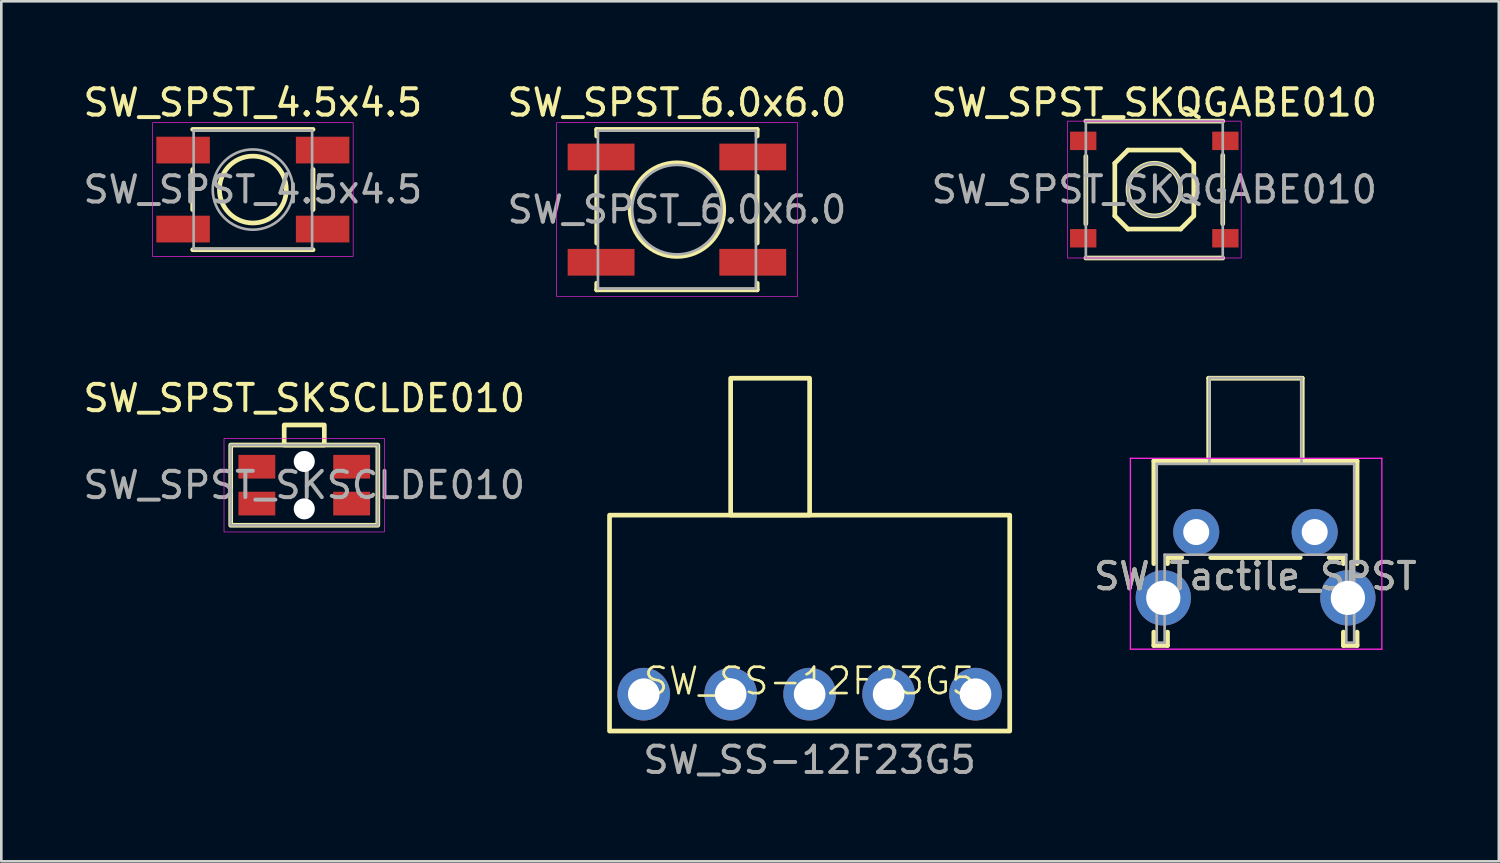
<source format=kicad_pcb>
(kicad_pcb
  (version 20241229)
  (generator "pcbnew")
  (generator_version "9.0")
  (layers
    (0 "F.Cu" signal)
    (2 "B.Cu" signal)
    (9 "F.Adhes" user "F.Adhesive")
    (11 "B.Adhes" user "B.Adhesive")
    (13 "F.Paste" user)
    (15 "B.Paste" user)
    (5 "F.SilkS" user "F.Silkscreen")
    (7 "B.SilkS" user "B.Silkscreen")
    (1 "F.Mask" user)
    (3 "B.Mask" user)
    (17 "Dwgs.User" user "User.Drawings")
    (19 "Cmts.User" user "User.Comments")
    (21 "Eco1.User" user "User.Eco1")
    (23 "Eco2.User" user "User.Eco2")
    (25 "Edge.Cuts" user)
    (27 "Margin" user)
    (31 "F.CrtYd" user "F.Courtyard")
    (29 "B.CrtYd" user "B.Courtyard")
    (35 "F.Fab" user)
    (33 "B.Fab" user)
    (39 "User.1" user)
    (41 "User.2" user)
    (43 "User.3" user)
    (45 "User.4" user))
  (footprint "SW_SPST_SKSCLDE010"
    (layer "F.Cu")
    (at 8.506 15.377)
    (property "Reference" "SW_SPST_SKSCLDE010" (at 0 -3.302 0) (unlocked yes) (layer "F.SilkS") (effects (font (size 1 1) (thickness 0.15))))
    (attr smd)
    (fp_rect (start -2.794 -1.524) (end 2.794 1.524) (stroke (width 0.178) (type solid)) (fill no) (layer "F.SilkS"))
    (fp_rect (start -0.762 -2.286) (end 0.762 -1.524) (stroke (width 0.178) (type solid)) (fill no) (layer "F.SilkS"))
    (fp_rect (start -3.048 1.778) (end 3.048 -1.778) (stroke (width 0.025) (type solid)) (fill no) (layer "F.CrtYd"))
    (fp_rect (start -2.794 -1.524) (end 2.794 1.524) (stroke (width 0.1) (type solid)) (fill no) (layer "F.Fab"))
    (fp_text user "${REFERENCE}" (at 0 0 0) (unlocked yes) (layer "F.Fab") (effects (font (size 1 1) (thickness 0.15))))
    (pad "" np_thru_hole circle (at 0 -0.9) (size 0.8 0.8) (drill 0.8) (layers "*.Cu" "*.Mask"))
    (pad "" np_thru_hole circle (at 0 0.9) (size 0.8 0.8) (drill 0.8) (layers "*.Cu" "*.Mask"))
    (pad "1" smd rect (at -1.8 -0.7) (size 1.4 0.9) (layers "F.Cu" "F.Mask" "F.Paste"))
    (pad "2" smd rect (at -1.8 0.7) (size 1.4 0.9) (layers "F.Cu" "F.Mask" "F.Paste"))
    (pad "3" smd rect (at 1.8 -0.7) (size 1.4 0.9) (layers "F.Cu" "F.Mask" "F.Paste"))
    (pad "4" smd rect (at 1.8 0.7) (size 1.4 0.9) (layers "F.Cu" "F.Mask" "F.Paste")))
  (footprint "SW_SPST_6.0x6.0"
    (layer "F.Cu")
    (at 22.661 4.912)
    (property "Reference" "SW_SPST_6.0x6.0" (at 0 -4.064 0) (layer "F.SilkS") (effects (font (size 1 1) (thickness 0.15))))
    (attr smd)
    (fp_line (start -3.048 -3.048) (end -3.048 -2.794) (stroke (width 0.178) (type solid)) (layer "F.SilkS"))
    (fp_line (start -3.048 -1.27) (end -3.048 1.27) (stroke (width 0.178) (type solid)) (layer "F.SilkS"))
    (fp_line (start -3.048 2.794) (end -3.048 3.048) (stroke (width 0.178) (type solid)) (layer "F.SilkS"))
    (fp_line (start -3.048 3.048) (end 3.048 3.048) (stroke (width 0.178) (type solid)) (layer "F.SilkS"))
    (fp_line (start 3.048 -3.048) (end -3.048 -3.048) (stroke (width 0.178) (type solid)) (layer "F.SilkS"))
    (fp_line (start 3.048 -2.794) (end 3.048 -3.048) (stroke (width 0.178) (type solid)) (layer "F.SilkS"))
    (fp_line (start 3.048 -1.27) (end 3.048 1.27) (stroke (width 0.178) (type solid)) (layer "F.SilkS"))
    (fp_line (start 3.048 3.048) (end 3.048 2.794) (stroke (width 0.178) (type solid)) (layer "F.SilkS"))
    (fp_circle (center 0 0) (end 1.778 0) (stroke (width 0.178) (type solid)) (fill no) (layer "F.SilkS"))
    (fp_rect (start -4.572 -3.302) (end 4.572 3.302) (stroke (width 0.025) (type solid)) (fill no) (layer "F.CrtYd"))
    (fp_line (start -3 -3) (end 3 -3) (stroke (width 0.1) (type solid)) (layer "F.Fab"))
    (fp_line (start -3 3) (end -3 -3) (stroke (width 0.1) (type solid)) (layer "F.Fab"))
    (fp_line (start 3 -3) (end 3 3) (stroke (width 0.1) (type solid)) (layer "F.Fab"))
    (fp_line (start 3 3) (end -3 3) (stroke (width 0.1) (type solid)) (layer "F.Fab"))
    (fp_circle (center 0 0) (end 1.7 0) (stroke (width 0.1) (type solid)) (fill no) (layer "F.Fab"))
    (fp_text user "${REFERENCE}" (at 0 0 0) (layer "F.Fab") (effects (font (size 1 1) (thickness 0.15))))
    (pad "1" smd rect (at -2.88 -2) (size 2.54 1.016) (layers "F.Cu" "F.Mask" "F.Paste"))
    (pad "2" smd rect (at 2.88 -2) (size 2.54 1.016) (layers "F.Cu" "F.Mask" "F.Paste"))
    (pad "3" smd rect (at -2.88 2) (size 2.54 1.016) (layers "F.Cu" "F.Mask" "F.Paste"))
    (pad "4" smd rect (at 2.88 2) (size 2.54 1.016) (layers "F.Cu" "F.Mask" "F.Paste")))
  (footprint "SW_SPST_SKQGABE010"
    (layer "F.Cu")
    (at 40.792 4.15)
    (property "Reference" "SW_SPST_SKQGABE010" (at 0 -3.302 0) (layer "F.SilkS") (effects (font (size 1 1) (thickness 0.15))))
    (attr smd)
    (fp_line (start -2.6 -1.262) (end -2.6 1.3) (stroke (width 0.178) (type solid)) (layer "F.SilkS"))
    (fp_line (start -2.6 2.6) (end 2.6 2.6) (stroke (width 0.178) (type solid)) (layer "F.SilkS"))
    (fp_line (start -1.5 -1) (end -1.5 1) (stroke (width 0.178) (type solid)) (layer "F.SilkS"))
    (fp_line (start -1.5 1) (end -1 1.5) (stroke (width 0.178) (type solid)) (layer "F.SilkS"))
    (fp_line (start -1 -1.5) (end -1.5 -1) (stroke (width 0.178) (type solid)) (layer "F.SilkS"))
    (fp_line (start -1 1.5) (end 1 1.5) (stroke (width 0.178) (type solid)) (layer "F.SilkS"))
    (fp_line (start 1 -1.5) (end -1 -1.5) (stroke (width 0.178) (type solid)) (layer "F.SilkS"))
    (fp_line (start 1 1.5) (end 1.5 1) (stroke (width 0.178) (type solid)) (layer "F.SilkS"))
    (fp_line (start 1.5 -1) (end 1 -1.5) (stroke (width 0.178) (type solid)) (layer "F.SilkS"))
    (fp_line (start 1.5 1) (end 1.5 -1) (stroke (width 0.178) (type solid)) (layer "F.SilkS"))
    (fp_line (start 2.6 -2.6) (end -2.6 -2.6) (stroke (width 0.178) (type solid)) (layer "F.SilkS"))
    (fp_line (start 2.6 -1.3) (end 2.6 1.3) (stroke (width 0.178) (type solid)) (layer "F.SilkS"))
    (fp_circle (center 0 0) (end 1 0) (stroke (width 0.178) (type solid)) (fill no) (layer "F.SilkS"))
    (fp_rect (start -3.3 -2.6) (end 3.3 2.6) (stroke (width 0.025) (type solid)) (fill no) (layer "F.CrtYd"))
    (fp_rect (start -2.6 2.6) (end 2.6 -2.6) (stroke (width 0.1) (type default)) (fill no) (layer "F.Fab"))
    (fp_circle (center 0 0) (end 1 0) (stroke (width 0.1) (type solid)) (fill no) (layer "F.Fab"))
    (fp_text user "${REFERENCE}" (at 0 0 0) (layer "F.Fab") (effects (font (size 1 1) (thickness 0.15))))
    (pad "1" smd rect (at -2.7 -1.85) (size 1 0.7) (layers "F.Cu" "F.Mask" "F.Paste"))
    (pad "2" smd rect (at 2.7 -1.85) (size 1 0.7) (layers "F.Cu" "F.Mask" "F.Paste"))
    (pad "3" smd rect (at -2.7 1.85) (size 1 0.7) (layers "F.Cu" "F.Mask" "F.Paste"))
    (pad "4" smd rect (at 2.7 1.85) (size 1 0.7) (layers "F.Cu" "F.Mask" "F.Paste")))
  (footprint "SW_Tactile_SPST"
    (layer "F.Cu")
    (at 44.634 17.158)
    (property "Reference" "SW_Tactile_SPST" (at 0 1.68 0) (layer "F.SilkS") (effects (font (size 1 1) (thickness 0.15))))
    (attr through_hole)
    (fp_line (start -3.86 -2.7) (end -3.86 1.2) (stroke (width 0.178) (type solid)) (layer "F.SilkS"))
    (fp_line (start -3.86 -2.7) (end 3.86 -2.7) (stroke (width 0.178) (type solid)) (layer "F.SilkS"))
    (fp_line (start -3.86 3.8) (end -3.86 4.31) (stroke (width 0.178) (type solid)) (layer "F.SilkS"))
    (fp_line (start -3.86 4.31) (end -3.34 4.31) (stroke (width 0.178) (type solid)) (layer "F.SilkS"))
    (fp_line (start -3.34 0.97) (end -3.34 1.2) (stroke (width 0.178) (type solid)) (layer "F.SilkS"))
    (fp_line (start -3.34 0.97) (end -2.8 0.97) (stroke (width 0.178) (type solid)) (layer "F.SilkS"))
    (fp_line (start -3.34 3.8) (end -3.34 4.31) (stroke (width 0.178) (type solid)) (layer "F.SilkS"))
    (fp_line (start -1.778 -5.842) (end 1.778 -5.842) (stroke (width 0.178) (type solid)) (layer "F.SilkS"))
    (fp_line (start -1.778 -2.794) (end -1.778 -5.842) (stroke (width 0.178) (type solid)) (layer "F.SilkS"))
    (fp_line (start -1.7 0.97) (end 1.7 0.97) (stroke (width 0.178) (type solid)) (layer "F.SilkS"))
    (fp_line (start 1.778 -5.842) (end 1.778 -2.794) (stroke (width 0.178) (type solid)) (layer "F.SilkS"))
    (fp_line (start 2.8 0.97) (end 3.34 0.97) (stroke (width 0.178) (type solid)) (layer "F.SilkS"))
    (fp_line (start 3.34 0.97) (end 3.34 1.2) (stroke (width 0.178) (type solid)) (layer "F.SilkS"))
    (fp_line (start 3.34 3.8) (end 3.34 4.31) (stroke (width 0.178) (type solid)) (layer "F.SilkS"))
    (fp_line (start 3.34 4.31) (end 3.86 4.31) (stroke (width 0.178) (type solid)) (layer "F.SilkS"))
    (fp_line (start 3.86 -2.7) (end 3.86 1.2) (stroke (width 0.178) (type solid)) (layer "F.SilkS"))
    (fp_line (start 3.86 3.8) (end 3.86 4.31) (stroke (width 0.178) (type solid)) (layer "F.SilkS"))
    (fp_line (start -4.75 -2.8) (end 4.8 -2.8) (stroke (width 0.05) (type solid)) (layer "F.CrtYd"))
    (fp_line (start -4.75 4.45) (end -4.75 -2.8) (stroke (width 0.05) (type solid)) (layer "F.CrtYd"))
    (fp_line (start 4.8 -2.8) (end 4.8 4.45) (stroke (width 0.05) (type solid)) (layer "F.CrtYd"))
    (fp_line (start 4.8 4.45) (end -4.75 4.45) (stroke (width 0.05) (type solid)) (layer "F.CrtYd"))
    (fp_line (start -3.75 -2.59) (end 3.75 -2.59) (stroke (width 0.1) (type solid)) (layer "F.Fab"))
    (fp_line (start -3.75 4.2) (end -3.75 -2.59) (stroke (width 0.1) (type solid)) (layer "F.Fab"))
    (fp_line (start -3.75 4.2) (end -3.45 4.2) (stroke (width 0.1) (type solid)) (layer "F.Fab"))
    (fp_line (start -3.45 0.86) (end 3.45 0.86) (stroke (width 0.1) (type solid)) (layer "F.Fab"))
    (fp_line (start -3.45 4.2) (end -3.45 0.86) (stroke (width 0.1) (type solid)) (layer "F.Fab"))
    (fp_line (start -1.75 -5.85) (end -1.75 -2.59) (stroke (width 0.1) (type solid)) (layer "F.Fab"))
    (fp_line (start -1.75 -5.85) (end 1.75 -5.85) (stroke (width 0.1) (type solid)) (layer "F.Fab"))
    (fp_line (start 1.75 -5.85) (end 1.75 -2.59) (stroke (width 0.1) (type solid)) (layer "F.Fab"))
    (fp_line (start 3.45 4.2) (end 3.45 0.86) (stroke (width 0.1) (type solid)) (layer "F.Fab"))
    (fp_line (start 3.45 4.2) (end 3.75 4.2) (stroke (width 0.1) (type solid)) (layer "F.Fab"))
    (fp_line (start 3.75 4.2) (end 3.75 -2.59) (stroke (width 0.1) (type solid)) (layer "F.Fab"))
    (fp_text user "${REFERENCE}" (at 0 1.68 0) (layer "F.Fab") (effects (font (size 1 1) (thickness 0.15))))
    (pad "" thru_hole circle (at -3.5 2.5) (size 2.1 2.1) (drill 1.3) (layers "*.Cu" "*.Mask"))
    (pad "" thru_hole circle (at 3.51 2.5) (size 2.1 2.1) (drill 1.3) (layers "*.Cu" "*.Mask"))
    (pad "1" thru_hole circle (at -2.25 0) (size 1.75 1.75) (drill 0.99) (layers "*.Cu" "*.Mask"))
    (pad "2" thru_hole circle (at 2.25 0) (size 1.75 1.75) (drill 0.99) (layers "*.Cu" "*.Mask")))
  (footprint "SW_SPST_4.5x4.5"
    (layer "F.Cu")
    (at 6.554 4.15)
    (property "Reference" "SW_SPST_4.5x4.5" (at 0 -3.302 0) (layer "F.SilkS") (effects (font (size 1 1) (thickness 0.15))))
    (attr smd)
    (fp_line (start -2.286 -0.762) (end -2.286 0.762) (stroke (width 0.178) (type solid)) (layer "F.SilkS"))
    (fp_line (start -2.286 2.286) (end 2.286 2.286) (stroke (width 0.178) (type solid)) (layer "F.SilkS"))
    (fp_line (start 2.286 -2.286) (end -2.286 -2.286) (stroke (width 0.178) (type solid)) (layer "F.SilkS"))
    (fp_line (start 2.286 -0.762) (end 2.286 0.762) (stroke (width 0.178) (type solid)) (layer "F.SilkS"))
    (fp_circle (center 0 0) (end 1.27 0) (stroke (width 0.178) (type solid)) (fill no) (layer "F.SilkS"))
    (fp_rect (start -3.81 -2.54) (end 3.81 2.54) (stroke (width 0.025) (type solid)) (fill no) (layer "F.CrtYd"))
    (fp_rect (start -2.25 -2.25) (end 2.25 2.25) (stroke (width 0.1) (type solid)) (fill no) (layer "F.Fab"))
    (fp_circle (center 0 0) (end 1.524 0) (stroke (width 0.1) (type solid)) (fill no) (layer "F.Fab"))
    (fp_text user "${REFERENCE}" (at 0 0 0) (layer "F.Fab") (effects (font (size 1 1) (thickness 0.15))))
    (pad "1" smd rect (at -2.65 -1.5) (size 2.032 1.016) (layers "F.Cu" "F.Mask" "F.Paste"))
    (pad "2" smd rect (at 2.65 -1.5) (size 2.032 1.016) (layers "F.Cu" "F.Mask" "F.Paste"))
    (pad "3" smd rect (at -2.65 1.5) (size 2.032 1.016) (layers "F.Cu" "F.Mask" "F.Paste"))
    (pad "4" smd rect (at 2.65 1.5) (size 2.032 1.016) (layers "F.Cu" "F.Mask" "F.Paste")))
  (footprint "SW_SS-12F23G5"
    (layer "F.Cu")
    (at 27.701 23.316)
    (property "Reference" "SW_SS-12F23G5" (at 0 -0.5 0) (unlocked yes) (layer "F.SilkS") (effects (font (size 1 1) (thickness 0.1))))
    (attr through_hole)
    (fp_rect (start -7.6 -6.8) (end 7.6 1.4) (stroke (width 0.178) (type default)) (fill no) (layer "F.SilkS"))
    (fp_rect (start -3 -12) (end 0 -6.8) (stroke (width 0.178) (type default)) (fill no) (layer "F.SilkS"))
    (fp_text user "${REFERENCE}" (at 0 2.5 0) (unlocked yes) (layer "F.Fab") (effects (font (size 1 1) (thickness 0.15))))
    (pad "1" thru_hole circle (at -3 0) (size 2 2) (drill 1.2) (layers "*.Cu" "*.Mask"))
    (pad "2" thru_hole circle (at 0 0) (size 2 2) (drill 1.2) (layers "*.Cu" "*.Mask"))
    (pad "3" thru_hole circle (at 3 0) (size 2 2) (drill 1.2) (layers "*.Cu" "*.Mask"))
    (pad "SH" thru_hole circle (at -6.3 0) (size 2 2) (drill 1.2) (layers "*.Cu" "*.Mask"))
    (pad "SH" thru_hole circle (at 6.3 0) (size 2 2) (drill 1.2) (layers "*.Cu" "*.Mask")))
  (gr_rect
    (start -3 -3)
    (end 53.878 29.664)
    (stroke (width 0.1) (type default))
    (fill no)
    (layer "Edge.Cuts")))
</source>
